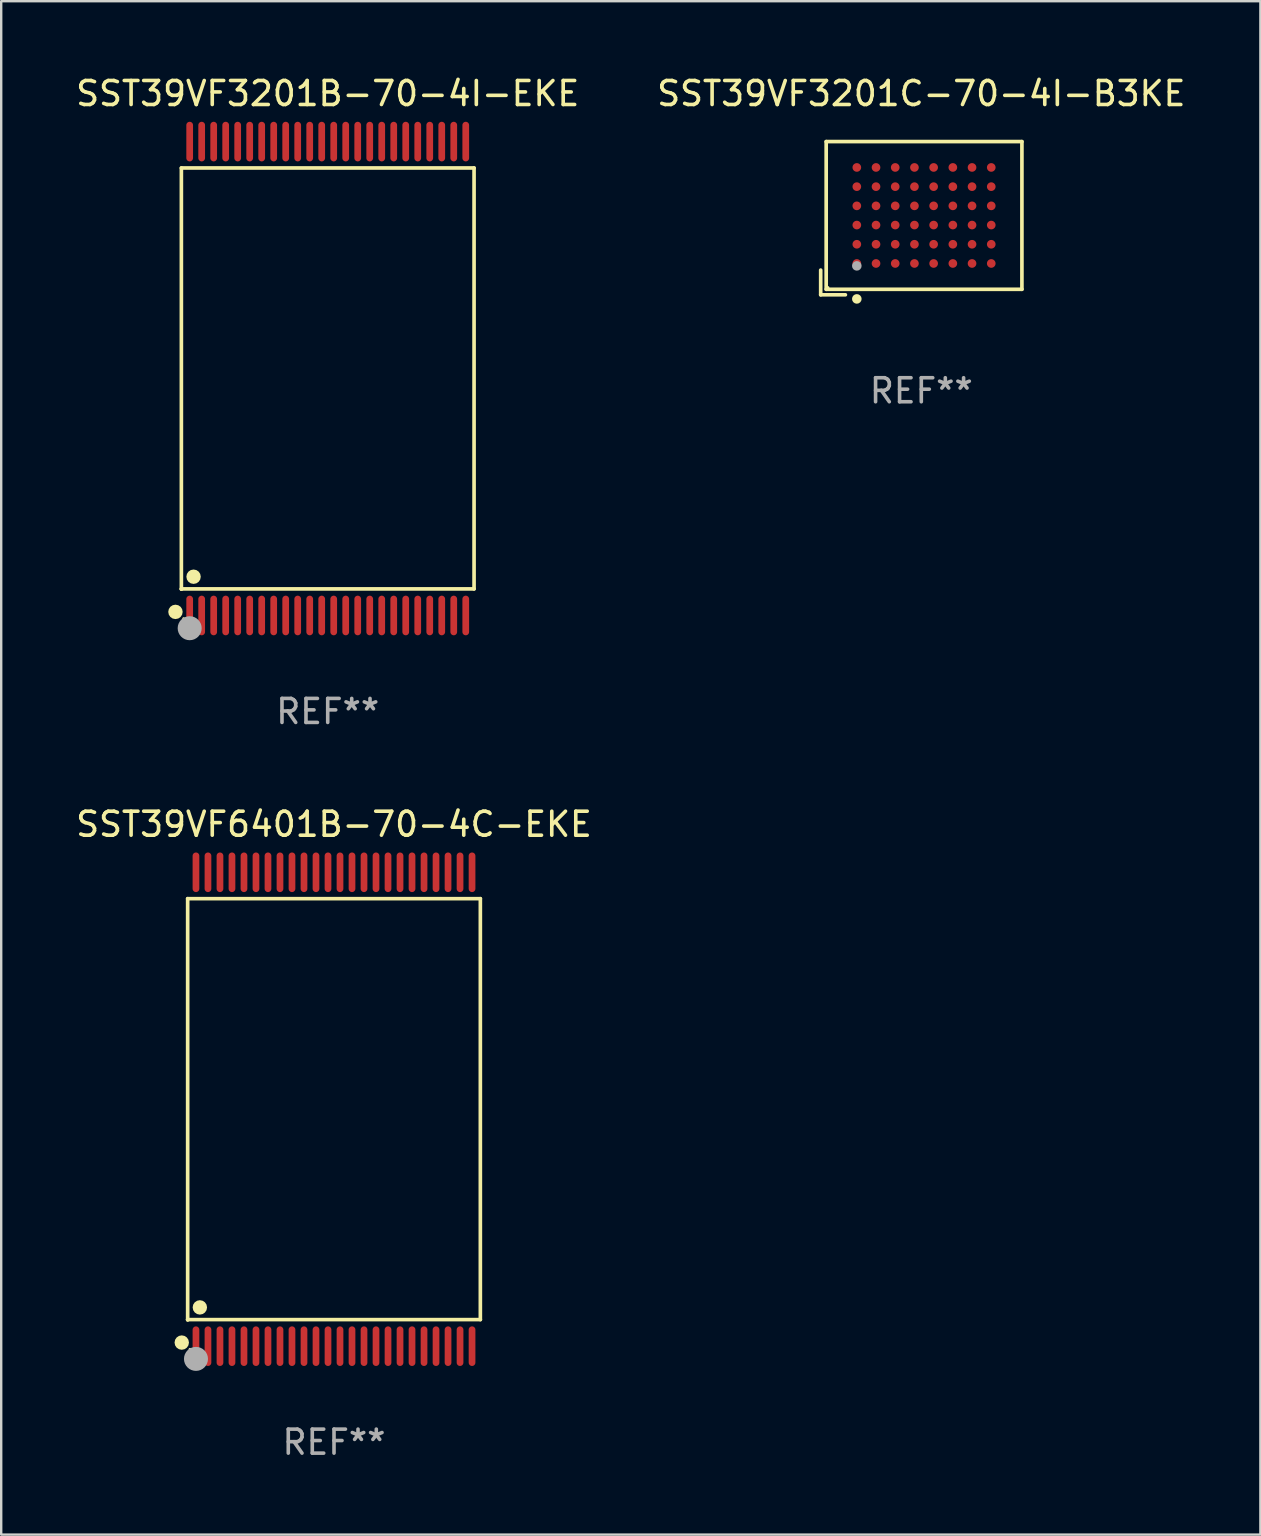
<source format=kicad_pcb>
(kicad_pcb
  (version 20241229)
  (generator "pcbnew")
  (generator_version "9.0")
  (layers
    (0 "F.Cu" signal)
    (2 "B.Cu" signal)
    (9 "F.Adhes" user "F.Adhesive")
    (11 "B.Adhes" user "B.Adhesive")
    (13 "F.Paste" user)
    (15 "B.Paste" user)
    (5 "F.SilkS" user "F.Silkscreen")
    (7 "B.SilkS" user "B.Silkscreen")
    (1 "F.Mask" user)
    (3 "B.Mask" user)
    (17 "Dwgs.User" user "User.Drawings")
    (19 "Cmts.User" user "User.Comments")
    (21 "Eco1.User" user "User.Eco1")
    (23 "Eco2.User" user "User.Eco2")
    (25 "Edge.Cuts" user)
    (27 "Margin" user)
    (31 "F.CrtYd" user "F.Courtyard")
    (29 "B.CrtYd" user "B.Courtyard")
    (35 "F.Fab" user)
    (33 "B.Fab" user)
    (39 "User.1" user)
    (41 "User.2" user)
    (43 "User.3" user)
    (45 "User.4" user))
  (footprint "SST39VF3201C-70-4I-B3KE"
    (layer "F.Cu")
    (at 35.327 6.039)
    (property "Reference" "SST39VF3201C-70-4I-B3KE" (at 0 -5.191 0) (layer "F.SilkS") (effects (font (size 1 1) (thickness 0.15))))
    (attr through_hole)
    (fp_line (start -4.191 2.162) (end -4.191 3.191) (stroke (width 0.152) (type solid)) (layer "F.SilkS"))
    (fp_line (start -4.191 3.191) (end -3.162 3.191) (stroke (width 0.152) (type solid)) (layer "F.SilkS"))
    (fp_line (start -3.962 -3.191) (end 4.191 -3.191) (stroke (width 0.152) (type solid)) (layer "F.SilkS"))
    (fp_line (start -3.962 2.962) (end -3.962 -3.191) (stroke (width 0.152) (type solid)) (layer "F.SilkS"))
    (fp_line (start 4.191 -3.191) (end 4.191 2.962) (stroke (width 0.152) (type solid)) (layer "F.SilkS"))
    (fp_line (start 4.191 2.962) (end -3.962 2.962) (stroke (width 0.152) (type solid)) (layer "F.SilkS"))
    (fp_circle (center -3.886 2.886) (end -3.856 2.886) (stroke (width 0.06) (type solid)) (fill no) (layer "F.SilkS"))
    (fp_circle (center -2.686 3.362) (end -2.586 3.362) (stroke (width 0.2) (type solid)) (fill no) (layer "F.SilkS"))
    (fp_circle (center -2.686 1.986) (end -2.586 1.986) (stroke (width 0.2) (type solid)) (fill no) (layer "F.Fab"))
    (fp_text user "REF**" (at 0 7.191 0) (layer "F.Fab") (effects (font (size 1 1) (thickness 0.15))))
    (pad "A1" smd circle (at -2.686 1.886) (size 0.36 0.36) (layers "F.Cu" "F.Mask" "F.Paste"))
    (pad "A2" smd circle (at -2.686 1.086) (size 0.36 0.36) (layers "F.Cu" "F.Mask" "F.Paste"))
    (pad "A3" smd circle (at -2.686 0.286) (size 0.36 0.36) (layers "F.Cu" "F.Mask" "F.Paste"))
    (pad "A4" smd circle (at -2.686 -0.514) (size 0.36 0.36) (layers "F.Cu" "F.Mask" "F.Paste"))
    (pad "A5" smd circle (at -2.686 -1.314) (size 0.36 0.36) (layers "F.Cu" "F.Mask" "F.Paste"))
    (pad "A6" smd circle (at -2.686 -2.114) (size 0.36 0.36) (layers "F.Cu" "F.Mask" "F.Paste"))
    (pad "B1" smd circle (at -1.886 1.886) (size 0.36 0.36) (layers "F.Cu" "F.Mask" "F.Paste"))
    (pad "B2" smd circle (at -1.886 1.086) (size 0.36 0.36) (layers "F.Cu" "F.Mask" "F.Paste"))
    (pad "B3" smd circle (at -1.886 0.286) (size 0.36 0.36) (layers "F.Cu" "F.Mask" "F.Paste"))
    (pad "B4" smd circle (at -1.886 -0.514) (size 0.36 0.36) (layers "F.Cu" "F.Mask" "F.Paste"))
    (pad "B5" smd circle (at -1.886 -1.314) (size 0.36 0.36) (layers "F.Cu" "F.Mask" "F.Paste"))
    (pad "B6" smd circle (at -1.886 -2.114) (size 0.36 0.36) (layers "F.Cu" "F.Mask" "F.Paste"))
    (pad "C1" smd circle (at -1.086 1.886) (size 0.36 0.36) (layers "F.Cu" "F.Mask" "F.Paste"))
    (pad "C2" smd circle (at -1.086 1.086) (size 0.36 0.36) (layers "F.Cu" "F.Mask" "F.Paste"))
    (pad "C3" smd circle (at -1.086 0.286) (size 0.36 0.36) (layers "F.Cu" "F.Mask" "F.Paste"))
    (pad "C4" smd circle (at -1.086 -0.514) (size 0.36 0.36) (layers "F.Cu" "F.Mask" "F.Paste"))
    (pad "C5" smd circle (at -1.086 -1.314) (size 0.36 0.36) (layers "F.Cu" "F.Mask" "F.Paste"))
    (pad "C6" smd circle (at -1.086 -2.114) (size 0.36 0.36) (layers "F.Cu" "F.Mask" "F.Paste"))
    (pad "D1" smd circle (at -0.286 1.886) (size 0.36 0.36) (layers "F.Cu" "F.Mask" "F.Paste"))
    (pad "D2" smd circle (at -0.286 1.086) (size 0.36 0.36) (layers "F.Cu" "F.Mask" "F.Paste"))
    (pad "D3" smd circle (at -0.286 0.286) (size 0.36 0.36) (layers "F.Cu" "F.Mask" "F.Paste"))
    (pad "D4" smd circle (at -0.286 -0.514) (size 0.36 0.36) (layers "F.Cu" "F.Mask" "F.Paste"))
    (pad "D5" smd circle (at -0.286 -1.314) (size 0.36 0.36) (layers "F.Cu" "F.Mask" "F.Paste"))
    (pad "D6" smd circle (at -0.286 -2.114) (size 0.36 0.36) (layers "F.Cu" "F.Mask" "F.Paste"))
    (pad "E1" smd circle (at 0.514 1.886) (size 0.36 0.36) (layers "F.Cu" "F.Mask" "F.Paste"))
    (pad "E2" smd circle (at 0.514 1.086) (size 0.36 0.36) (layers "F.Cu" "F.Mask" "F.Paste"))
    (pad "E3" smd circle (at 0.514 0.286) (size 0.36 0.36) (layers "F.Cu" "F.Mask" "F.Paste"))
    (pad "E4" smd circle (at 0.514 -0.514) (size 0.36 0.36) (layers "F.Cu" "F.Mask" "F.Paste"))
    (pad "E5" smd circle (at 0.514 -1.314) (size 0.36 0.36) (layers "F.Cu" "F.Mask" "F.Paste"))
    (pad "E6" smd circle (at 0.514 -2.114) (size 0.36 0.36) (layers "F.Cu" "F.Mask" "F.Paste"))
    (pad "F1" smd circle (at 1.314 1.886) (size 0.36 0.36) (layers "F.Cu" "F.Mask" "F.Paste"))
    (pad "F2" smd circle (at 1.314 1.086) (size 0.36 0.36) (layers "F.Cu" "F.Mask" "F.Paste"))
    (pad "F3" smd circle (at 1.314 0.286) (size 0.36 0.36) (layers "F.Cu" "F.Mask" "F.Paste"))
    (pad "F4" smd circle (at 1.314 -0.514) (size 0.36 0.36) (layers "F.Cu" "F.Mask" "F.Paste"))
    (pad "F5" smd circle (at 1.314 -1.314) (size 0.36 0.36) (layers "F.Cu" "F.Mask" "F.Paste"))
    (pad "F6" smd circle (at 1.314 -2.114) (size 0.36 0.36) (layers "F.Cu" "F.Mask" "F.Paste"))
    (pad "G1" smd circle (at 2.114 1.886) (size 0.36 0.36) (layers "F.Cu" "F.Mask" "F.Paste"))
    (pad "G2" smd circle (at 2.114 1.086) (size 0.36 0.36) (layers "F.Cu" "F.Mask" "F.Paste"))
    (pad "G3" smd circle (at 2.114 0.286) (size 0.36 0.36) (layers "F.Cu" "F.Mask" "F.Paste"))
    (pad "G4" smd circle (at 2.114 -0.514) (size 0.36 0.36) (layers "F.Cu" "F.Mask" "F.Paste"))
    (pad "G5" smd circle (at 2.114 -1.314) (size 0.36 0.36) (layers "F.Cu" "F.Mask" "F.Paste"))
    (pad "G6" smd circle (at 2.114 -2.114) (size 0.36 0.36) (layers "F.Cu" "F.Mask" "F.Paste"))
    (pad "H1" smd circle (at 2.914 1.886) (size 0.36 0.36) (layers "F.Cu" "F.Mask" "F.Paste"))
    (pad "H2" smd circle (at 2.914 1.086) (size 0.36 0.36) (layers "F.Cu" "F.Mask" "F.Paste"))
    (pad "H3" smd circle (at 2.914 0.286) (size 0.36 0.36) (layers "F.Cu" "F.Mask" "F.Paste"))
    (pad "H4" smd circle (at 2.914 -0.514) (size 0.36 0.36) (layers "F.Cu" "F.Mask" "F.Paste"))
    (pad "H5" smd circle (at 2.914 -1.314) (size 0.36 0.36) (layers "F.Cu" "F.Mask" "F.Paste"))
    (pad "H6" smd circle (at 2.914 -2.114) (size 0.36 0.36) (layers "F.Cu" "F.Mask" "F.Paste")))
  (footprint "SST39VF3201B-70-4I-EKE"
    (layer "F.Cu")
    (at 10.601 12.718)
    (property "Reference" "SST39VF3201B-70-4I-EKE" (at 0 -11.87 0) (layer "F.SilkS") (effects (font (size 1 1) (thickness 0.15))))
    (attr through_hole)
    (fp_line (start -6.096 -8.771) (end 6.096 -8.771) (stroke (width 0.152) (type solid)) (layer "F.SilkS"))
    (fp_line (start -6.096 8.763) (end -6.096 8.771) (stroke (width 0.152) (type solid)) (layer "F.SilkS"))
    (fp_line (start -6.096 8.771) (end -6.096 -8.771) (stroke (width 0.152) (type solid)) (layer "F.SilkS"))
    (fp_line (start 6.096 -8.771) (end 6.096 8.763) (stroke (width 0.152) (type solid)) (layer "F.SilkS"))
    (fp_line (start 6.096 8.763) (end -6.096 8.763) (stroke (width 0.152) (type solid)) (layer "F.SilkS"))
    (fp_circle (center -6.342 9.72) (end -6.192 9.72) (stroke (width 0.3) (type solid)) (fill no) (layer "F.SilkS"))
    (fp_circle (center -6 10) (end -5.97 10) (stroke (width 0.06) (type solid)) (fill no) (layer "F.SilkS"))
    (fp_circle (center -5.588 8.255) (end -5.438 8.255) (stroke (width 0.3) (type solid)) (fill no) (layer "F.SilkS"))
    (fp_circle (center -5.75 10.4) (end -5.5 10.4) (stroke (width 0.5) (type solid)) (fill no) (layer "F.Fab"))
    (fp_text user "REF**" (at 0 13.87 0) (layer "F.Fab") (effects (font (size 1 1) (thickness 0.15))))
    (pad "1" smd oval (at -5.75 9.87) (size 0.28 1.65) (layers "F.Cu" "F.Mask" "F.Paste"))
    (pad "2" smd oval (at -5.25 9.87) (size 0.28 1.65) (layers "F.Cu" "F.Mask" "F.Paste"))
    (pad "3" smd oval (at -4.75 9.87) (size 0.28 1.65) (layers "F.Cu" "F.Mask" "F.Paste"))
    (pad "4" smd oval (at -4.25 9.87) (size 0.28 1.65) (layers "F.Cu" "F.Mask" "F.Paste"))
    (pad "5" smd oval (at -3.75 9.87) (size 0.28 1.65) (layers "F.Cu" "F.Mask" "F.Paste"))
    (pad "6" smd oval (at -3.25 9.87) (size 0.28 1.65) (layers "F.Cu" "F.Mask" "F.Paste"))
    (pad "7" smd oval (at -2.75 9.87) (size 0.28 1.65) (layers "F.Cu" "F.Mask" "F.Paste"))
    (pad "8" smd oval (at -2.25 9.87) (size 0.28 1.65) (layers "F.Cu" "F.Mask" "F.Paste"))
    (pad "9" smd oval (at -1.75 9.87) (size 0.28 1.65) (layers "F.Cu" "F.Mask" "F.Paste"))
    (pad "10" smd oval (at -1.25 9.87) (size 0.28 1.65) (layers "F.Cu" "F.Mask" "F.Paste"))
    (pad "11" smd oval (at -0.75 9.87) (size 0.28 1.65) (layers "F.Cu" "F.Mask" "F.Paste"))
    (pad "12" smd oval (at -0.25 9.87) (size 0.28 1.65) (layers "F.Cu" "F.Mask" "F.Paste"))
    (pad "13" smd oval (at 0.25 9.87) (size 0.28 1.65) (layers "F.Cu" "F.Mask" "F.Paste"))
    (pad "14" smd oval (at 0.75 9.87) (size 0.28 1.65) (layers "F.Cu" "F.Mask" "F.Paste"))
    (pad "15" smd oval (at 1.25 9.87) (size 0.28 1.65) (layers "F.Cu" "F.Mask" "F.Paste"))
    (pad "16" smd oval (at 1.75 9.87) (size 0.28 1.65) (layers "F.Cu" "F.Mask" "F.Paste"))
    (pad "17" smd oval (at 2.25 9.87) (size 0.28 1.65) (layers "F.Cu" "F.Mask" "F.Paste"))
    (pad "18" smd oval (at 2.75 9.87) (size 0.28 1.65) (layers "F.Cu" "F.Mask" "F.Paste"))
    (pad "19" smd oval (at 3.25 9.87) (size 0.28 1.65) (layers "F.Cu" "F.Mask" "F.Paste"))
    (pad "20" smd oval (at 3.75 9.87) (size 0.28 1.65) (layers "F.Cu" "F.Mask" "F.Paste"))
    (pad "21" smd oval (at 4.25 9.87) (size 0.28 1.65) (layers "F.Cu" "F.Mask" "F.Paste"))
    (pad "22" smd oval (at 4.75 9.87) (size 0.28 1.65) (layers "F.Cu" "F.Mask" "F.Paste"))
    (pad "23" smd oval (at 5.25 9.87) (size 0.28 1.65) (layers "F.Cu" "F.Mask" "F.Paste"))
    (pad "24" smd oval (at 5.75 9.87) (size 0.28 1.65) (layers "F.Cu" "F.Mask" "F.Paste"))
    (pad "25" smd oval (at 5.75 -9.87) (size 0.28 1.65) (layers "F.Cu" "F.Mask" "F.Paste"))
    (pad "26" smd oval (at 5.25 -9.87) (size 0.28 1.65) (layers "F.Cu" "F.Mask" "F.Paste"))
    (pad "27" smd oval (at 4.75 -9.87) (size 0.28 1.65) (layers "F.Cu" "F.Mask" "F.Paste"))
    (pad "28" smd oval (at 4.25 -9.87) (size 0.28 1.65) (layers "F.Cu" "F.Mask" "F.Paste"))
    (pad "29" smd oval (at 3.75 -9.87) (size 0.28 1.65) (layers "F.Cu" "F.Mask" "F.Paste"))
    (pad "30" smd oval (at 3.25 -9.87) (size 0.28 1.65) (layers "F.Cu" "F.Mask" "F.Paste"))
    (pad "31" smd oval (at 2.75 -9.87) (size 0.28 1.65) (layers "F.Cu" "F.Mask" "F.Paste"))
    (pad "32" smd oval (at 2.25 -9.87) (size 0.28 1.65) (layers "F.Cu" "F.Mask" "F.Paste"))
    (pad "33" smd oval (at 1.75 -9.87) (size 0.28 1.65) (layers "F.Cu" "F.Mask" "F.Paste"))
    (pad "34" smd oval (at 1.25 -9.87) (size 0.28 1.65) (layers "F.Cu" "F.Mask" "F.Paste"))
    (pad "35" smd oval (at 0.75 -9.87) (size 0.28 1.65) (layers "F.Cu" "F.Mask" "F.Paste"))
    (pad "36" smd oval (at 0.25 -9.87) (size 0.28 1.65) (layers "F.Cu" "F.Mask" "F.Paste"))
    (pad "37" smd oval (at -0.25 -9.87) (size 0.28 1.65) (layers "F.Cu" "F.Mask" "F.Paste"))
    (pad "38" smd oval (at -0.75 -9.87) (size 0.28 1.65) (layers "F.Cu" "F.Mask" "F.Paste"))
    (pad "39" smd oval (at -1.25 -9.87) (size 0.28 1.65) (layers "F.Cu" "F.Mask" "F.Paste"))
    (pad "40" smd oval (at -1.75 -9.87) (size 0.28 1.65) (layers "F.Cu" "F.Mask" "F.Paste"))
    (pad "41" smd oval (at -2.25 -9.87) (size 0.28 1.65) (layers "F.Cu" "F.Mask" "F.Paste"))
    (pad "42" smd oval (at -2.75 -9.87) (size 0.28 1.65) (layers "F.Cu" "F.Mask" "F.Paste"))
    (pad "43" smd oval (at -3.25 -9.87) (size 0.28 1.65) (layers "F.Cu" "F.Mask" "F.Paste"))
    (pad "44" smd oval (at -3.75 -9.87) (size 0.28 1.65) (layers "F.Cu" "F.Mask" "F.Paste"))
    (pad "45" smd oval (at -4.25 -9.87) (size 0.28 1.65) (layers "F.Cu" "F.Mask" "F.Paste"))
    (pad "46" smd oval (at -4.75 -9.87) (size 0.28 1.65) (layers "F.Cu" "F.Mask" "F.Paste"))
    (pad "47" smd oval (at -5.25 -9.87) (size 0.28 1.65) (layers "F.Cu" "F.Mask" "F.Paste"))
    (pad "48" smd oval (at -5.75 -9.87) (size 0.28 1.65) (layers "F.Cu" "F.Mask" "F.Paste")))
  (footprint "SST39VF6401B-70-4C-EKE"
    (layer "F.Cu")
    (at 10.863 43.155)
    (property "Reference" "SST39VF6401B-70-4C-EKE" (at 0 -11.87 0) (layer "F.SilkS") (effects (font (size 1 1) (thickness 0.15))))
    (attr through_hole)
    (fp_line (start -6.096 -8.771) (end 6.096 -8.771) (stroke (width 0.152) (type solid)) (layer "F.SilkS"))
    (fp_line (start -6.096 8.763) (end -6.096 8.771) (stroke (width 0.152) (type solid)) (layer "F.SilkS"))
    (fp_line (start -6.096 8.771) (end -6.096 -8.771) (stroke (width 0.152) (type solid)) (layer "F.SilkS"))
    (fp_line (start 6.096 -8.771) (end 6.096 8.763) (stroke (width 0.152) (type solid)) (layer "F.SilkS"))
    (fp_line (start 6.096 8.763) (end -6.096 8.763) (stroke (width 0.152) (type solid)) (layer "F.SilkS"))
    (fp_circle (center -6.342 9.72) (end -6.192 9.72) (stroke (width 0.3) (type solid)) (fill no) (layer "F.SilkS"))
    (fp_circle (center -6 10) (end -5.97 10) (stroke (width 0.06) (type solid)) (fill no) (layer "F.SilkS"))
    (fp_circle (center -5.588 8.255) (end -5.438 8.255) (stroke (width 0.3) (type solid)) (fill no) (layer "F.SilkS"))
    (fp_circle (center -5.75 10.4) (end -5.5 10.4) (stroke (width 0.5) (type solid)) (fill no) (layer "F.Fab"))
    (fp_text user "REF**" (at 0 13.87 0) (layer "F.Fab") (effects (font (size 1 1) (thickness 0.15))))
    (pad "1" smd oval (at -5.75 9.87) (size 0.28 1.65) (layers "F.Cu" "F.Mask" "F.Paste"))
    (pad "2" smd oval (at -5.25 9.87) (size 0.28 1.65) (layers "F.Cu" "F.Mask" "F.Paste"))
    (pad "3" smd oval (at -4.75 9.87) (size 0.28 1.65) (layers "F.Cu" "F.Mask" "F.Paste"))
    (pad "4" smd oval (at -4.25 9.87) (size 0.28 1.65) (layers "F.Cu" "F.Mask" "F.Paste"))
    (pad "5" smd oval (at -3.75 9.87) (size 0.28 1.65) (layers "F.Cu" "F.Mask" "F.Paste"))
    (pad "6" smd oval (at -3.25 9.87) (size 0.28 1.65) (layers "F.Cu" "F.Mask" "F.Paste"))
    (pad "7" smd oval (at -2.75 9.87) (size 0.28 1.65) (layers "F.Cu" "F.Mask" "F.Paste"))
    (pad "8" smd oval (at -2.25 9.87) (size 0.28 1.65) (layers "F.Cu" "F.Mask" "F.Paste"))
    (pad "9" smd oval (at -1.75 9.87) (size 0.28 1.65) (layers "F.Cu" "F.Mask" "F.Paste"))
    (pad "10" smd oval (at -1.25 9.87) (size 0.28 1.65) (layers "F.Cu" "F.Mask" "F.Paste"))
    (pad "11" smd oval (at -0.75 9.87) (size 0.28 1.65) (layers "F.Cu" "F.Mask" "F.Paste"))
    (pad "12" smd oval (at -0.25 9.87) (size 0.28 1.65) (layers "F.Cu" "F.Mask" "F.Paste"))
    (pad "13" smd oval (at 0.25 9.87) (size 0.28 1.65) (layers "F.Cu" "F.Mask" "F.Paste"))
    (pad "14" smd oval (at 0.75 9.87) (size 0.28 1.65) (layers "F.Cu" "F.Mask" "F.Paste"))
    (pad "15" smd oval (at 1.25 9.87) (size 0.28 1.65) (layers "F.Cu" "F.Mask" "F.Paste"))
    (pad "16" smd oval (at 1.75 9.87) (size 0.28 1.65) (layers "F.Cu" "F.Mask" "F.Paste"))
    (pad "17" smd oval (at 2.25 9.87) (size 0.28 1.65) (layers "F.Cu" "F.Mask" "F.Paste"))
    (pad "18" smd oval (at 2.75 9.87) (size 0.28 1.65) (layers "F.Cu" "F.Mask" "F.Paste"))
    (pad "19" smd oval (at 3.25 9.87) (size 0.28 1.65) (layers "F.Cu" "F.Mask" "F.Paste"))
    (pad "20" smd oval (at 3.75 9.87) (size 0.28 1.65) (layers "F.Cu" "F.Mask" "F.Paste"))
    (pad "21" smd oval (at 4.25 9.87) (size 0.28 1.65) (layers "F.Cu" "F.Mask" "F.Paste"))
    (pad "22" smd oval (at 4.75 9.87) (size 0.28 1.65) (layers "F.Cu" "F.Mask" "F.Paste"))
    (pad "23" smd oval (at 5.25 9.87) (size 0.28 1.65) (layers "F.Cu" "F.Mask" "F.Paste"))
    (pad "24" smd oval (at 5.75 9.87) (size 0.28 1.65) (layers "F.Cu" "F.Mask" "F.Paste"))
    (pad "25" smd oval (at 5.75 -9.87) (size 0.28 1.65) (layers "F.Cu" "F.Mask" "F.Paste"))
    (pad "26" smd oval (at 5.25 -9.87) (size 0.28 1.65) (layers "F.Cu" "F.Mask" "F.Paste"))
    (pad "27" smd oval (at 4.75 -9.87) (size 0.28 1.65) (layers "F.Cu" "F.Mask" "F.Paste"))
    (pad "28" smd oval (at 4.25 -9.87) (size 0.28 1.65) (layers "F.Cu" "F.Mask" "F.Paste"))
    (pad "29" smd oval (at 3.75 -9.87) (size 0.28 1.65) (layers "F.Cu" "F.Mask" "F.Paste"))
    (pad "30" smd oval (at 3.25 -9.87) (size 0.28 1.65) (layers "F.Cu" "F.Mask" "F.Paste"))
    (pad "31" smd oval (at 2.75 -9.87) (size 0.28 1.65) (layers "F.Cu" "F.Mask" "F.Paste"))
    (pad "32" smd oval (at 2.25 -9.87) (size 0.28 1.65) (layers "F.Cu" "F.Mask" "F.Paste"))
    (pad "33" smd oval (at 1.75 -9.87) (size 0.28 1.65) (layers "F.Cu" "F.Mask" "F.Paste"))
    (pad "34" smd oval (at 1.25 -9.87) (size 0.28 1.65) (layers "F.Cu" "F.Mask" "F.Paste"))
    (pad "35" smd oval (at 0.75 -9.87) (size 0.28 1.65) (layers "F.Cu" "F.Mask" "F.Paste"))
    (pad "36" smd oval (at 0.25 -9.87) (size 0.28 1.65) (layers "F.Cu" "F.Mask" "F.Paste"))
    (pad "37" smd oval (at -0.25 -9.87) (size 0.28 1.65) (layers "F.Cu" "F.Mask" "F.Paste"))
    (pad "38" smd oval (at -0.75 -9.87) (size 0.28 1.65) (layers "F.Cu" "F.Mask" "F.Paste"))
    (pad "39" smd oval (at -1.25 -9.87) (size 0.28 1.65) (layers "F.Cu" "F.Mask" "F.Paste"))
    (pad "40" smd oval (at -1.75 -9.87) (size 0.28 1.65) (layers "F.Cu" "F.Mask" "F.Paste"))
    (pad "41" smd oval (at -2.25 -9.87) (size 0.28 1.65) (layers "F.Cu" "F.Mask" "F.Paste"))
    (pad "42" smd oval (at -2.75 -9.87) (size 0.28 1.65) (layers "F.Cu" "F.Mask" "F.Paste"))
    (pad "43" smd oval (at -3.25 -9.87) (size 0.28 1.65) (layers "F.Cu" "F.Mask" "F.Paste"))
    (pad "44" smd oval (at -3.75 -9.87) (size 0.28 1.65) (layers "F.Cu" "F.Mask" "F.Paste"))
    (pad "45" smd oval (at -4.25 -9.87) (size 0.28 1.65) (layers "F.Cu" "F.Mask" "F.Paste"))
    (pad "46" smd oval (at -4.75 -9.87) (size 0.28 1.65) (layers "F.Cu" "F.Mask" "F.Paste"))
    (pad "47" smd oval (at -5.25 -9.87) (size 0.28 1.65) (layers "F.Cu" "F.Mask" "F.Paste"))
    (pad "48" smd oval (at -5.75 -9.87) (size 0.28 1.65) (layers "F.Cu" "F.Mask" "F.Paste")))
  (gr_rect
    (start -3 -3)
    (end 49.452 60.874)
    (stroke (width 0.1) (type default))
    (fill no)
    (layer "Edge.Cuts")))
</source>
